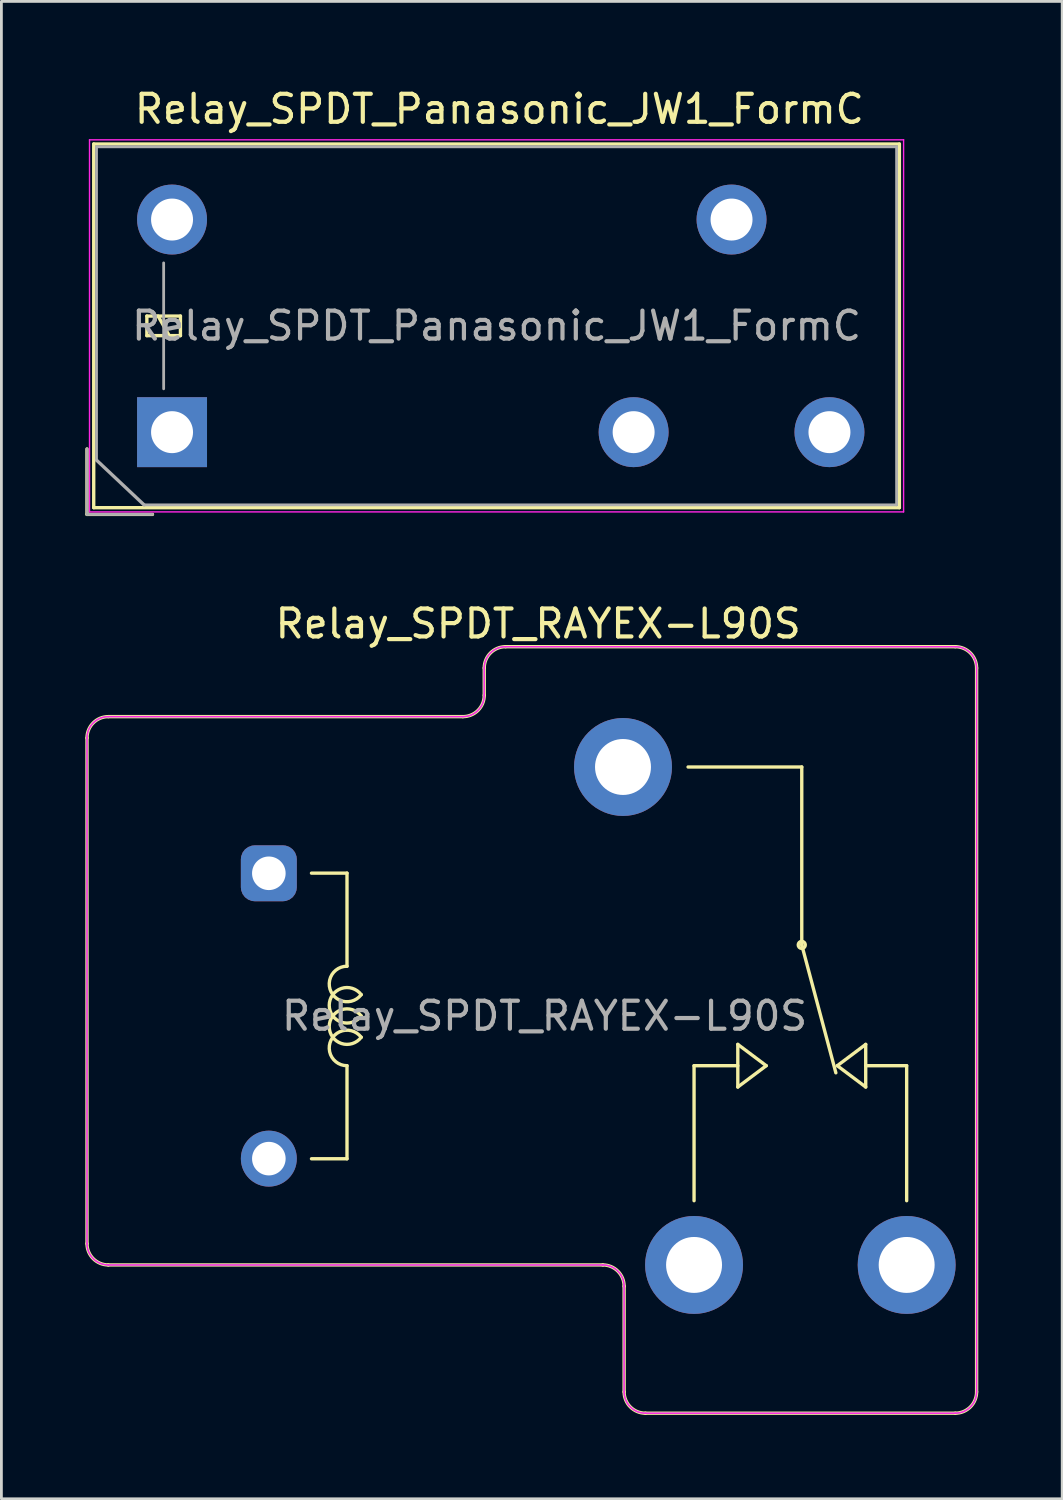
<source format=kicad_pcb>
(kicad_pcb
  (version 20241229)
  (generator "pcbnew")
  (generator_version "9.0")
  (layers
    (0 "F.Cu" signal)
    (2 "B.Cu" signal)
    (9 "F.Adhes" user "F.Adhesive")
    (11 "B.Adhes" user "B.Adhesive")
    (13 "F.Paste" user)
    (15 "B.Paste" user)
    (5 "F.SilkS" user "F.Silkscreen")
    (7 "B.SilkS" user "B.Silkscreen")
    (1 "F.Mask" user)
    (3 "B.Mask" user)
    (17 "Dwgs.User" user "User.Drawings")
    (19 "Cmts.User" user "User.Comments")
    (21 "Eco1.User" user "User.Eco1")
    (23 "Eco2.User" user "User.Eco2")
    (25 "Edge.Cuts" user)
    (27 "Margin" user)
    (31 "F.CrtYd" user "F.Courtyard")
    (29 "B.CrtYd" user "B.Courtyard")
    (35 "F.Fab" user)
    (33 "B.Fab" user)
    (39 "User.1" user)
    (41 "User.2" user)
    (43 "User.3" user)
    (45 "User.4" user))
  (footprint "Relay_SPDT_RAYEX-L90S"
    (layer "F.Cu")
    (at 4.02 33.267)
    (property "Reference" "Relay_SPDT_RAYEX-L90S" (at 12.167 -14.021 0) (layer "F.SilkS") (effects (font (size 1 1) (thickness 0.15))))
    (attr through_hole)
    (fp_line (start -3.96 -9.938) (end -3.96 8.138) (stroke (width 0.12) (type solid)) (layer "F.SilkS"))
    (fp_line (start -3.198 -10.7) (end 9.478 -10.7) (stroke (width 0.12) (type solid)) (layer "F.SilkS"))
    (fp_line (start -3.198 8.9) (end 14.478 8.9) (stroke (width 0.12) (type solid)) (layer "F.SilkS"))
    (fp_line (start 4.064 -5.105) (end 5.334 -5.105) (stroke (width 0.12) (type solid)) (layer "F.SilkS"))
    (fp_line (start 5.334 -1.778) (end 5.334 -5.105) (stroke (width 0.12) (type solid)) (layer "F.SilkS"))
    (fp_line (start 5.334 5.105) (end 4.064 5.105) (stroke (width 0.12) (type solid)) (layer "F.SilkS"))
    (fp_line (start 5.334 5.105) (end 5.334 1.778) (stroke (width 0.12) (type solid)) (layer "F.SilkS"))
    (fp_line (start 10.24 -12.438) (end 10.24 -11.462) (stroke (width 0.12) (type solid)) (layer "F.SilkS"))
    (fp_line (start 11.002 -13.2) (end 27.078 -13.2) (stroke (width 0.12) (type solid)) (layer "F.SilkS"))
    (fp_line (start 15.24 9.662) (end 15.24 13.438) (stroke (width 0.12) (type solid)) (layer "F.SilkS"))
    (fp_line (start 16.002 14.2) (end 27.078 14.2) (stroke (width 0.12) (type solid)) (layer "F.SilkS"))
    (fp_line (start 17.74 1.778) (end 19.304 1.778) (stroke (width 0.12) (type solid)) (layer "F.SilkS"))
    (fp_line (start 17.74 6.604) (end 17.74 1.778) (stroke (width 0.12) (type solid)) (layer "F.SilkS"))
    (fp_line (start 19.304 1.016) (end 19.304 2.54) (stroke (width 0.12) (type solid)) (layer "F.SilkS"))
    (fp_line (start 19.304 2.54) (end 20.32 1.778) (stroke (width 0.12) (type solid)) (layer "F.SilkS"))
    (fp_line (start 20.32 1.778) (end 19.304 1.016) (stroke (width 0.12) (type solid)) (layer "F.SilkS"))
    (fp_line (start 21.59 -8.9) (end 17.526 -8.9) (stroke (width 0.12) (type solid)) (layer "F.SilkS"))
    (fp_line (start 21.59 -2.54) (end 21.59 -8.9) (stroke (width 0.12) (type solid)) (layer "F.SilkS"))
    (fp_line (start 21.59 -2.54) (end 22.809 2.032) (stroke (width 0.12) (type solid)) (layer "F.SilkS"))
    (fp_line (start 22.86 1.778) (end 23.876 1.016) (stroke (width 0.12) (type solid)) (layer "F.SilkS"))
    (fp_line (start 23.876 1.778) (end 25.34 1.778) (stroke (width 0.12) (type solid)) (layer "F.SilkS"))
    (fp_line (start 23.876 2.54) (end 22.86 1.778) (stroke (width 0.12) (type solid)) (layer "F.SilkS"))
    (fp_line (start 23.876 2.54) (end 23.876 1.016) (stroke (width 0.12) (type solid)) (layer "F.SilkS"))
    (fp_line (start 25.34 1.778) (end 25.34 6.604) (stroke (width 0.12) (type solid)) (layer "F.SilkS"))
    (fp_line (start 27.84 -12.438) (end 27.84 13.438) (stroke (width 0.12) (type solid)) (layer "F.SilkS"))
    (fp_arc (start -3.96 -9.938) (mid -3.736815 -10.476815) (end -3.198 -10.7) (stroke (width 0.12) (type solid)) (layer "F.SilkS"))
    (fp_arc (start -3.198 8.9) (mid -3.736815 8.676815) (end -3.96 8.138) (stroke (width 0.12) (type solid)) (layer "F.SilkS"))
    (fp_arc (start 5.334002 1.777997) (mid 4.765966 0.859166) (end 5.841802 0.76173) (stroke (width 0.12) (type solid)) (layer "F.SilkS"))
    (fp_arc (start 5.8418 -0.761733) (mid 4.765964 -0.859168) (end 5.334 -1.778) (stroke (width 0.12) (type solid)) (layer "F.SilkS"))
    (fp_arc (start 5.842265 -0.000355) (mid 4.699002 -0.38078) (end 5.842 -0.762001) (stroke (width 0.12) (type solid)) (layer "F.SilkS"))
    (fp_arc (start 5.842266 0.761644) (mid 4.699003 0.381219) (end 5.842001 -0.000002) (stroke (width 0.12) (type solid)) (layer "F.SilkS"))
    (fp_arc (start 10.24 -12.438) (mid 10.463185 -12.976815) (end 11.002 -13.2) (stroke (width 0.12) (type solid)) (layer "F.SilkS"))
    (fp_arc (start 10.24 -11.462) (mid 10.016815 -10.923185) (end 9.478 -10.7) (stroke (width 0.12) (type solid)) (layer "F.SilkS"))
    (fp_arc (start 14.478 8.9) (mid 15.016815 9.123185) (end 15.24 9.662) (stroke (width 0.12) (type solid)) (layer "F.SilkS"))
    (fp_arc (start 16.002 14.2) (mid 15.463185 13.976815) (end 15.24 13.438) (stroke (width 0.12) (type solid)) (layer "F.SilkS"))
    (fp_arc (start 27.078 -13.2) (mid 27.616815 -12.976815) (end 27.84 -12.438) (stroke (width 0.12) (type solid)) (layer "F.SilkS"))
    (fp_arc (start 27.84 13.438) (mid 27.616815 13.976815) (end 27.078 14.2) (stroke (width 0.12) (type solid)) (layer "F.SilkS"))
    (fp_circle (center 21.59 -2.54) (end 21.59 -2.413) (stroke (width 0.12) (type solid)) (fill no) (layer "F.SilkS"))
    (fp_line (start -3.96 -9.938) (end -3.96 8.138) (stroke (width 0.05) (type solid)) (layer "F.CrtYd"))
    (fp_line (start -3.198 -10.7) (end 9.478 -10.7) (stroke (width 0.05) (type solid)) (layer "F.CrtYd"))
    (fp_line (start -3.198 8.9) (end 14.478 8.9) (stroke (width 0.05) (type solid)) (layer "F.CrtYd"))
    (fp_line (start 10.24 -12.438) (end 10.24 -11.462) (stroke (width 0.05) (type solid)) (layer "F.CrtYd"))
    (fp_line (start 11.002 -13.2) (end 27.078 -13.2) (stroke (width 0.05) (type solid)) (layer "F.CrtYd"))
    (fp_line (start 15.24 9.662) (end 15.24 13.438) (stroke (width 0.05) (type solid)) (layer "F.CrtYd"))
    (fp_line (start 16.002 14.2) (end 27.078 14.2) (stroke (width 0.05) (type solid)) (layer "F.CrtYd"))
    (fp_line (start 27.84 -12.438) (end 27.84 13.438) (stroke (width 0.05) (type solid)) (layer "F.CrtYd"))
    (fp_arc (start -3.96 -9.938) (mid -3.736815 -10.476815) (end -3.198 -10.7) (stroke (width 0.05) (type solid)) (layer "F.CrtYd"))
    (fp_arc (start -3.198 8.9) (mid -3.736815 8.676815) (end -3.96 8.138) (stroke (width 0.05) (type solid)) (layer "F.CrtYd"))
    (fp_arc (start 10.24 -12.438) (mid 10.463185 -12.976815) (end 11.002 -13.2) (stroke (width 0.05) (type solid)) (layer "F.CrtYd"))
    (fp_arc (start 10.24 -11.462) (mid 10.016815 -10.923185) (end 9.478 -10.7) (stroke (width 0.05) (type solid)) (layer "F.CrtYd"))
    (fp_arc (start 14.478 8.9) (mid 15.016815 9.123185) (end 15.24 9.662) (stroke (width 0.05) (type solid)) (layer "F.CrtYd"))
    (fp_arc (start 16.002 14.2) (mid 15.463185 13.976815) (end 15.24 13.438) (stroke (width 0.05) (type solid)) (layer "F.CrtYd"))
    (fp_arc (start 27.078 -13.2) (mid 27.616815 -12.976815) (end 27.84 -12.438) (stroke (width 0.05) (type solid)) (layer "F.CrtYd"))
    (fp_arc (start 27.84 13.438) (mid 27.616815 13.976815) (end 27.078 14.2) (stroke (width 0.05) (type solid)) (layer "F.CrtYd"))
    (fp_line (start -3.96 -9.938) (end -3.96 8.138) (stroke (width 0.05) (type solid)) (layer "F.Fab"))
    (fp_line (start -3.198 -10.7) (end 9.478 -10.7) (stroke (width 0.05) (type solid)) (layer "F.Fab"))
    (fp_line (start -3.198 8.9) (end 14.478 8.9) (stroke (width 0.05) (type solid)) (layer "F.Fab"))
    (fp_line (start 10.24 -12.438) (end 10.24 -11.462) (stroke (width 0.05) (type solid)) (layer "F.Fab"))
    (fp_line (start 11.002 -13.2) (end 27.078 -13.2) (stroke (width 0.05) (type solid)) (layer "F.Fab"))
    (fp_line (start 15.24 9.662) (end 15.24 13.438) (stroke (width 0.05) (type solid)) (layer "F.Fab"))
    (fp_line (start 16.002 14.2) (end 27.078 14.2) (stroke (width 0.05) (type solid)) (layer "F.Fab"))
    (fp_line (start 27.84 -12.438) (end 27.84 13.438) (stroke (width 0.05) (type solid)) (layer "F.Fab"))
    (fp_arc (start -3.96 -9.938) (mid -3.736815 -10.476815) (end -3.198 -10.7) (stroke (width 0.05) (type solid)) (layer "F.Fab"))
    (fp_arc (start -3.198 8.9) (mid -3.736815 8.676815) (end -3.96 8.138) (stroke (width 0.05) (type solid)) (layer "F.Fab"))
    (fp_arc (start 10.24 -12.438) (mid 10.463185 -12.976815) (end 11.002 -13.2) (stroke (width 0.05) (type solid)) (layer "F.Fab"))
    (fp_arc (start 10.24 -11.462) (mid 10.016815 -10.923185) (end 9.478 -10.7) (stroke (width 0.05) (type solid)) (layer "F.Fab"))
    (fp_arc (start 14.478 8.9) (mid 15.016815 9.123185) (end 15.24 9.662) (stroke (width 0.05) (type solid)) (layer "F.Fab"))
    (fp_arc (start 16.002 14.2) (mid 15.463185 13.976815) (end 15.24 13.438) (stroke (width 0.05) (type solid)) (layer "F.Fab"))
    (fp_arc (start 27.078 -13.2) (mid 27.616815 -12.976815) (end 27.84 -12.438) (stroke (width 0.05) (type solid)) (layer "F.Fab"))
    (fp_arc (start 27.84 13.438) (mid 27.616815 13.976815) (end 27.078 14.2) (stroke (width 0.05) (type solid)) (layer "F.Fab"))
    (fp_text user "${REFERENCE}" (at 12.395 0 0) (layer "F.Fab") (effects (font (size 1 1) (thickness 0.15))))
    (pad "2" thru_hole roundrect (at 2.54 -5.1 180) (size 2 2) (drill 1.2) (layers "*.Cu" "*.Mask") (roundrect_rratio 0.25))
    (pad "3" thru_hole circle (at 17.74 8.9 180) (size 3.5 3.5) (drill 2) (layers "*.Cu" "*.Mask"))
    (pad "4" thru_hole circle (at 25.34 8.9 180) (size 3.5 3.5) (drill 2) (layers "*.Cu" "*.Mask"))
    (pad "5" thru_hole circle (at 15.2 -8.9 180) (size 3.5 3.5) (drill 2) (layers "*.Cu" "*.Mask"))
    (pad "6" thru_hole circle (at 2.54 5.1 180) (size 2 2) (drill 1.2) (layers "*.Cu" "*.Mask")))
  (footprint "Relay_SPDT_Panasonic_JW1_FormC"
    (layer "F.Cu")
    (at 3.1 12.398)
    (property "Reference" "Relay_SPDT_Panasonic_JW1_FormC" (at 11.7 -11.55 180) (layer "F.SilkS") (effects (font (size 1 1) (thickness 0.15))))
    (attr through_hole)
    (fp_line (start -3.04 2.94) (end -3.04 0.6) (stroke (width 0.12) (type solid)) (layer "F.SilkS"))
    (fp_line (start -2.8 -10.3) (end -2.8 2.7) (stroke (width 0.12) (type solid)) (layer "F.SilkS"))
    (fp_line (start -2.8 2.7) (end 26 2.7) (stroke (width 0.12) (type solid)) (layer "F.SilkS"))
    (fp_line (start -0.9 -4.15) (end -0.9 -3.45) (stroke (width 0.12) (type solid)) (layer "F.SilkS"))
    (fp_line (start -0.9 -3.45) (end 0.3 -3.45) (stroke (width 0.12) (type solid)) (layer "F.SilkS"))
    (fp_line (start -0.7 2.94) (end -3.04 2.94) (stroke (width 0.12) (type solid)) (layer "F.SilkS"))
    (fp_line (start -0.1 -3.45) (end -0.5 -4.15) (stroke (width 0.12) (type solid)) (layer "F.SilkS"))
    (fp_line (start 0.3 -4.15) (end -0.9 -4.15) (stroke (width 0.12) (type solid)) (layer "F.SilkS"))
    (fp_line (start 0.3 -3.45) (end 0.3 -4.15) (stroke (width 0.12) (type solid)) (layer "F.SilkS"))
    (fp_line (start 26 -10.3) (end -2.8 -10.3) (stroke (width 0.12) (type solid)) (layer "F.SilkS"))
    (fp_line (start 26 2.7) (end 26 -10.3) (stroke (width 0.12) (type solid)) (layer "F.SilkS"))
    (fp_line (start -2.95 -10.45) (end -2.95 2.85) (stroke (width 0.05) (type solid)) (layer "F.CrtYd"))
    (fp_line (start -2.95 2.85) (end 26.15 2.85) (stroke (width 0.05) (type solid)) (layer "F.CrtYd"))
    (fp_line (start 26.15 -10.45) (end -2.95 -10.45) (stroke (width 0.05) (type solid)) (layer "F.CrtYd"))
    (fp_line (start 26.15 2.85) (end 26.15 -10.45) (stroke (width 0.05) (type solid)) (layer "F.CrtYd"))
    (fp_line (start -3.04 2.94) (end -3.04 0.6) (stroke (width 0.1) (type solid)) (layer "F.Fab"))
    (fp_line (start -2.7 -10.2) (end -2.7 1) (stroke (width 0.1) (type solid)) (layer "F.Fab"))
    (fp_line (start -1 2.6) (end -2.7 1) (stroke (width 0.12) (type solid)) (layer "F.Fab"))
    (fp_line (start -1 2.6) (end 25.9 2.6) (stroke (width 0.1) (type solid)) (layer "F.Fab"))
    (fp_line (start -0.7 2.94) (end -3.04 2.94) (stroke (width 0.1) (type solid)) (layer "F.Fab"))
    (fp_line (start -0.3 -1.55) (end -0.3 -6.05) (stroke (width 0.1) (type solid)) (layer "F.Fab"))
    (fp_line (start 25.9 -10.2) (end -2.7 -10.2) (stroke (width 0.1) (type solid)) (layer "F.Fab"))
    (fp_line (start 25.9 2.6) (end 25.9 -10.2) (stroke (width 0.1) (type solid)) (layer "F.Fab"))
    (fp_text user "${REFERENCE}" (at 11.6 -3.8 180) (layer "F.Fab") (effects (font (size 1 1) (thickness 0.15))))
    (pad "1" thru_hole rect (at 0 0 90) (size 2.5 2.5) (drill 1.5) (layers "*.Cu" "*.Mask"))
    (pad "2" thru_hole oval (at 16.5 0 90) (size 2.5 2.5) (drill 1.5) (layers "*.Cu" "*.Mask"))
    (pad "4" thru_hole oval (at 23.5 0 90) (size 2.5 2.5) (drill 1.5) (layers "*.Cu" "*.Mask"))
    (pad "6" thru_hole oval (at 20 -7.6 90) (size 2.5 2.5) (drill 1.5) (layers "*.Cu" "*.Mask"))
    (pad "8" thru_hole oval (at 0 -7.6 90) (size 2.5 2.5) (drill 1.5) (layers "*.Cu" "*.Mask")))
  (gr_rect
    (start -3 -3)
    (end 34.92 50.527)
    (stroke (width 0.1) (type default))
    (fill no)
    (layer "Edge.Cuts")))
</source>
